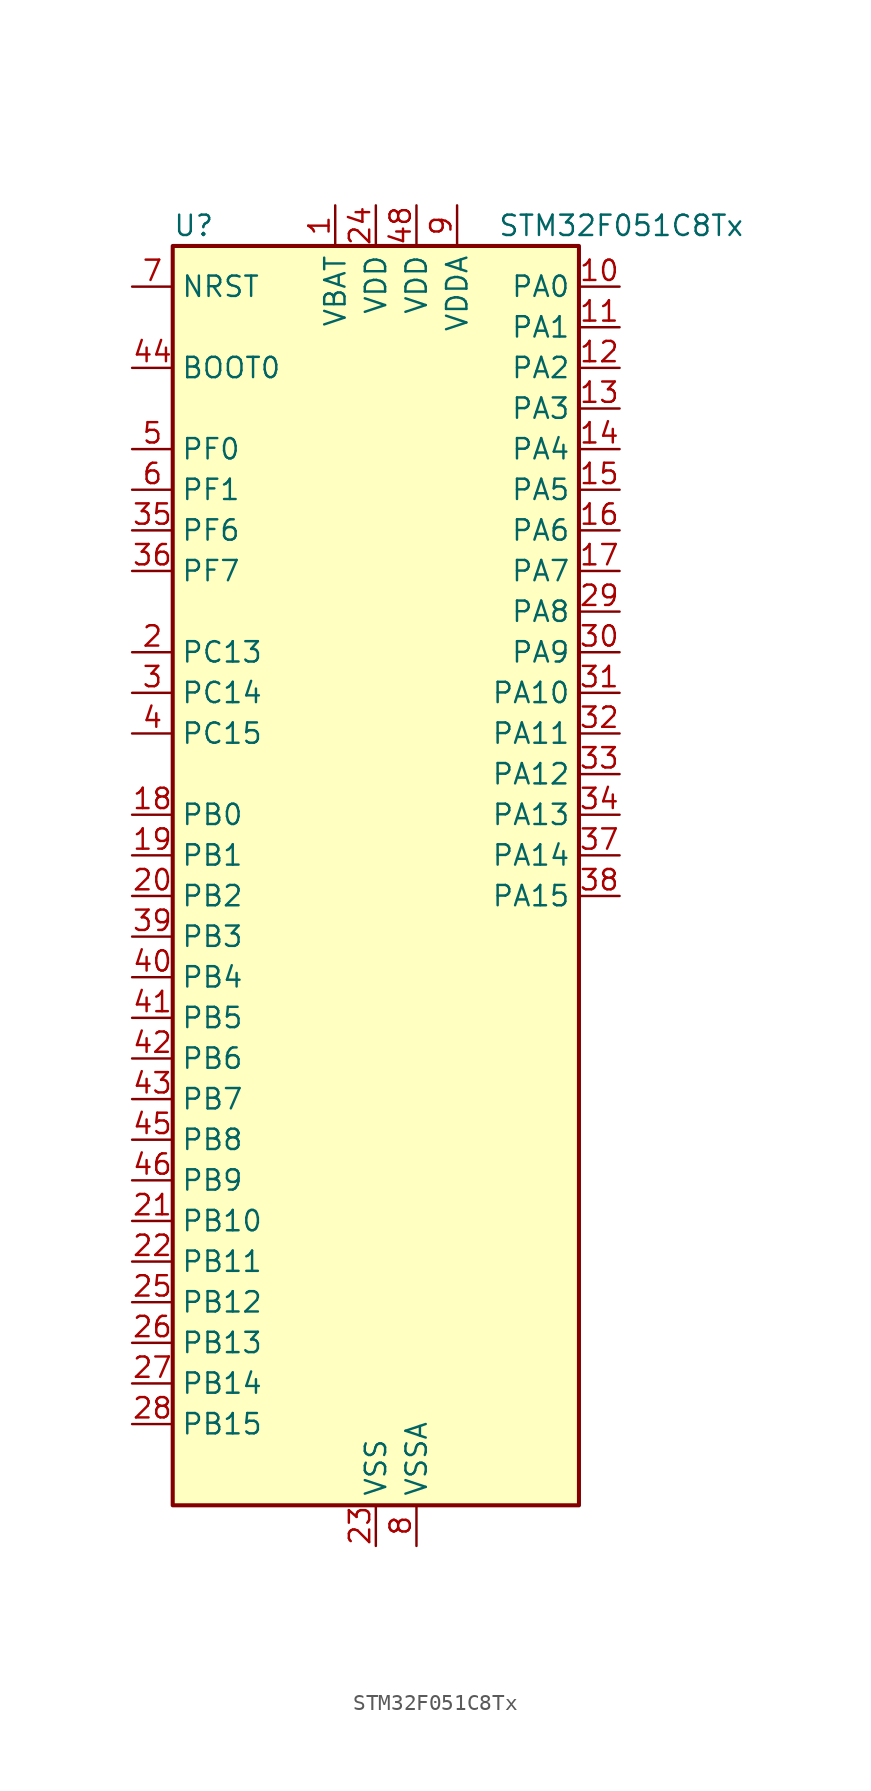
<source format=kicad_sym>
(kicad_symbol_lib
  (version 20220914)
  (generator kicad_symbol_editor)
  (symbol "STM32F051C8Tx"
    (property "Reference" "U"
      (at -12.7 41.91 0)
      (effects (font (size 1.27 1.27)) (justify left)))
    (property "Value" "STM32F051C8Tx"
      (at 7.62 41.91 0)
      (effects (font (size 1.27 1.27)) (justify left)))
    (property "ki_locked" ""
      (at 0 0 0)
      (effects (font (size 1.27 1.27))))
    (symbol "STM32F051C8Tx_0_1"
      (rectangle (start -12.7 -38.1) (end 12.7 40.64) (stroke (width 0.254) (type default)) (fill (type background))))
    (symbol "STM32F051C8Tx_1_1"
      (pin power_in line (at -2.54 43.18 270) (length 2.54) (name "VBAT" (effects (font (size 1.27 1.27)))) (number "1" (effects (font (size 1.27 1.27)))))
      (pin bidirectional line (at 15.24 38.1 180) (length 2.54) (name "PA0" (effects (font (size 1.27 1.27)))) (number "10" (effects (font (size 1.27 1.27)))) (alternate "ADC_IN0" bidirectional line) (alternate "COMP1_INM" bidirectional line) (alternate "COMP1_OUT" bidirectional line) (alternate "RTC_TAMP2" bidirectional line) (alternate "SYS_WKUP1" bidirectional line) (alternate "TIM2_CH1" bidirectional line) (alternate "TIM2_ETR" bidirectional line) (alternate "TSC_G1_IO1" bidirectional line) (alternate "USART2_CTS" bidirectional line))
      (pin bidirectional line (at 15.24 35.56 180) (length 2.54) (name "PA1" (effects (font (size 1.27 1.27)))) (number "11" (effects (font (size 1.27 1.27)))) (alternate "ADC_IN1" bidirectional line) (alternate "COMP1_INP" bidirectional line) (alternate "TIM2_CH2" bidirectional line) (alternate "TSC_G1_IO2" bidirectional line) (alternate "USART2_DE" bidirectional line) (alternate "USART2_RTS" bidirectional line))
      (pin bidirectional line (at 15.24 33.02 180) (length 2.54) (name "PA2" (effects (font (size 1.27 1.27)))) (number "12" (effects (font (size 1.27 1.27)))) (alternate "ADC_IN2" bidirectional line) (alternate "COMP2_INM" bidirectional line) (alternate "COMP2_OUT" bidirectional line) (alternate "TIM15_CH1" bidirectional line) (alternate "TIM2_CH3" bidirectional line) (alternate "TSC_G1_IO3" bidirectional line) (alternate "USART2_TX" bidirectional line))
      (pin bidirectional line (at 15.24 30.48 180) (length 2.54) (name "PA3" (effects (font (size 1.27 1.27)))) (number "13" (effects (font (size 1.27 1.27)))) (alternate "ADC_IN3" bidirectional line) (alternate "COMP2_INP" bidirectional line) (alternate "TIM15_CH2" bidirectional line) (alternate "TIM2_CH4" bidirectional line) (alternate "TSC_G1_IO4" bidirectional line) (alternate "USART2_RX" bidirectional line))
      (pin bidirectional line (at 15.24 27.94 180) (length 2.54) (name "PA4" (effects (font (size 1.27 1.27)))) (number "14" (effects (font (size 1.27 1.27)))) (alternate "ADC_IN4" bidirectional line) (alternate "COMP1_INM" bidirectional line) (alternate "COMP2_INM" bidirectional line) (alternate "DAC1_OUT1" bidirectional line) (alternate "I2S1_WS" bidirectional line) (alternate "SPI1_NSS" bidirectional line) (alternate "TIM14_CH1" bidirectional line) (alternate "TSC_G2_IO1" bidirectional line) (alternate "USART2_CK" bidirectional line))
      (pin bidirectional line (at 15.24 25.4 180) (length 2.54) (name "PA5" (effects (font (size 1.27 1.27)))) (number "15" (effects (font (size 1.27 1.27)))) (alternate "ADC_IN5" bidirectional line) (alternate "CEC" bidirectional line) (alternate "COMP1_INM" bidirectional line) (alternate "COMP2_INM" bidirectional line) (alternate "I2S1_CK" bidirectional line) (alternate "SPI1_SCK" bidirectional line) (alternate "TIM2_CH1" bidirectional line) (alternate "TIM2_ETR" bidirectional line) (alternate "TSC_G2_IO2" bidirectional line))
      (pin bidirectional line (at 15.24 22.86 180) (length 2.54) (name "PA6" (effects (font (size 1.27 1.27)))) (number "16" (effects (font (size 1.27 1.27)))) (alternate "ADC_IN6" bidirectional line) (alternate "COMP1_OUT" bidirectional line) (alternate "I2S1_MCK" bidirectional line) (alternate "SPI1_MISO" bidirectional line) (alternate "TIM16_CH1" bidirectional line) (alternate "TIM1_BKIN" bidirectional line) (alternate "TIM3_CH1" bidirectional line) (alternate "TSC_G2_IO3" bidirectional line))
      (pin bidirectional line (at 15.24 20.32 180) (length 2.54) (name "PA7" (effects (font (size 1.27 1.27)))) (number "17" (effects (font (size 1.27 1.27)))) (alternate "ADC_IN7" bidirectional line) (alternate "COMP2_OUT" bidirectional line) (alternate "I2S1_SD" bidirectional line) (alternate "SPI1_MOSI" bidirectional line) (alternate "TIM14_CH1" bidirectional line) (alternate "TIM17_CH1" bidirectional line) (alternate "TIM1_CH1N" bidirectional line) (alternate "TIM3_CH2" bidirectional line) (alternate "TSC_G2_IO4" bidirectional line))
      (pin bidirectional line (at -15.24 5.08 0) (length 2.54) (name "PB0" (effects (font (size 1.27 1.27)))) (number "18" (effects (font (size 1.27 1.27)))) (alternate "ADC_IN8" bidirectional line) (alternate "TIM1_CH2N" bidirectional line) (alternate "TIM3_CH3" bidirectional line) (alternate "TSC_G3_IO2" bidirectional line))
      (pin bidirectional line (at -15.24 2.54 0) (length 2.54) (name "PB1" (effects (font (size 1.27 1.27)))) (number "19" (effects (font (size 1.27 1.27)))) (alternate "ADC_IN9" bidirectional line) (alternate "TIM14_CH1" bidirectional line) (alternate "TIM1_CH3N" bidirectional line) (alternate "TIM3_CH4" bidirectional line) (alternate "TSC_G3_IO3" bidirectional line))
      (pin bidirectional line (at -15.24 15.24 0) (length 2.54) (name "PC13" (effects (font (size 1.27 1.27)))) (number "2" (effects (font (size 1.27 1.27)))) (alternate "RTC_OUT_ALARM" bidirectional line) (alternate "RTC_OUT_CALIB" bidirectional line) (alternate "RTC_TAMP1" bidirectional line) (alternate "RTC_TS" bidirectional line) (alternate "SYS_WKUP2" bidirectional line))
      (pin bidirectional line (at -15.24 0 0) (length 2.54) (name "PB2" (effects (font (size 1.27 1.27)))) (number "20" (effects (font (size 1.27 1.27)))) (alternate "TSC_G3_IO4" bidirectional line))
      (pin bidirectional line (at -15.24 -20.32 0) (length 2.54) (name "PB10" (effects (font (size 1.27 1.27)))) (number "21" (effects (font (size 1.27 1.27)))) (alternate "CEC" bidirectional line) (alternate "I2C2_SCL" bidirectional line) (alternate "TIM2_CH3" bidirectional line) (alternate "TSC_SYNC" bidirectional line))
      (pin bidirectional line (at -15.24 -22.86 0) (length 2.54) (name "PB11" (effects (font (size 1.27 1.27)))) (number "22" (effects (font (size 1.27 1.27)))) (alternate "I2C2_SDA" bidirectional line) (alternate "TIM2_CH4" bidirectional line) (alternate "TSC_G6_IO1" bidirectional line))
      (pin power_in line (at 0 -40.64 90) (length 2.54) (name "VSS" (effects (font (size 1.27 1.27)))) (number "23" (effects (font (size 1.27 1.27)))))
      (pin power_in line (at 0 43.18 270) (length 2.54) (name "VDD" (effects (font (size 1.27 1.27)))) (number "24" (effects (font (size 1.27 1.27)))))
      (pin bidirectional line (at -15.24 -25.4 0) (length 2.54) (name "PB12" (effects (font (size 1.27 1.27)))) (number "25" (effects (font (size 1.27 1.27)))) (alternate "SPI2_NSS" bidirectional line) (alternate "TIM1_BKIN" bidirectional line) (alternate "TSC_G6_IO2" bidirectional line))
      (pin bidirectional line (at -15.24 -27.94 0) (length 2.54) (name "PB13" (effects (font (size 1.27 1.27)))) (number "26" (effects (font (size 1.27 1.27)))) (alternate "SPI2_SCK" bidirectional line) (alternate "TIM1_CH1N" bidirectional line) (alternate "TSC_G6_IO3" bidirectional line))
      (pin bidirectional line (at -15.24 -30.48 0) (length 2.54) (name "PB14" (effects (font (size 1.27 1.27)))) (number "27" (effects (font (size 1.27 1.27)))) (alternate "SPI2_MISO" bidirectional line) (alternate "TIM15_CH1" bidirectional line) (alternate "TIM1_CH2N" bidirectional line) (alternate "TSC_G6_IO4" bidirectional line))
      (pin bidirectional line (at -15.24 -33.02 0) (length 2.54) (name "PB15" (effects (font (size 1.27 1.27)))) (number "28" (effects (font (size 1.27 1.27)))) (alternate "RTC_REFIN" bidirectional line) (alternate "SPI2_MOSI" bidirectional line) (alternate "TIM15_CH1N" bidirectional line) (alternate "TIM15_CH2" bidirectional line) (alternate "TIM1_CH3N" bidirectional line))
      (pin bidirectional line (at 15.24 17.78 180) (length 2.54) (name "PA8" (effects (font (size 1.27 1.27)))) (number "29" (effects (font (size 1.27 1.27)))) (alternate "RCC_MCO" bidirectional line) (alternate "TIM1_CH1" bidirectional line) (alternate "USART1_CK" bidirectional line))
      (pin bidirectional line (at -15.24 12.7 0) (length 2.54) (name "PC14" (effects (font (size 1.27 1.27)))) (number "3" (effects (font (size 1.27 1.27)))) (alternate "RCC_OSC32_IN" bidirectional line))
      (pin bidirectional line (at 15.24 15.24 180) (length 2.54) (name "PA9" (effects (font (size 1.27 1.27)))) (number "30" (effects (font (size 1.27 1.27)))) (alternate "DAC1_EXTI9" bidirectional line) (alternate "TIM15_BKIN" bidirectional line) (alternate "TIM1_CH2" bidirectional line) (alternate "TSC_G4_IO1" bidirectional line) (alternate "USART1_TX" bidirectional line))
      (pin bidirectional line (at 15.24 12.7 180) (length 2.54) (name "PA10" (effects (font (size 1.27 1.27)))) (number "31" (effects (font (size 1.27 1.27)))) (alternate "TIM17_BKIN" bidirectional line) (alternate "TIM1_CH3" bidirectional line) (alternate "TSC_G4_IO2" bidirectional line) (alternate "USART1_RX" bidirectional line))
      (pin bidirectional line (at 15.24 10.16 180) (length 2.54) (name "PA11" (effects (font (size 1.27 1.27)))) (number "32" (effects (font (size 1.27 1.27)))) (alternate "COMP1_OUT" bidirectional line) (alternate "TIM1_CH4" bidirectional line) (alternate "TSC_G4_IO3" bidirectional line) (alternate "USART1_CTS" bidirectional line))
      (pin bidirectional line (at 15.24 7.62 180) (length 2.54) (name "PA12" (effects (font (size 1.27 1.27)))) (number "33" (effects (font (size 1.27 1.27)))) (alternate "COMP2_OUT" bidirectional line) (alternate "TIM1_ETR" bidirectional line) (alternate "TSC_G4_IO4" bidirectional line) (alternate "USART1_DE" bidirectional line) (alternate "USART1_RTS" bidirectional line))
      (pin bidirectional line (at 15.24 5.08 180) (length 2.54) (name "PA13" (effects (font (size 1.27 1.27)))) (number "34" (effects (font (size 1.27 1.27)))) (alternate "IR_OUT" bidirectional line) (alternate "SYS_SWDIO" bidirectional line))
      (pin bidirectional line (at -15.24 22.86 0) (length 2.54) (name "PF6" (effects (font (size 1.27 1.27)))) (number "35" (effects (font (size 1.27 1.27)))) (alternate "I2C2_SCL" bidirectional line))
      (pin bidirectional line (at -15.24 20.32 0) (length 2.54) (name "PF7" (effects (font (size 1.27 1.27)))) (number "36" (effects (font (size 1.27 1.27)))) (alternate "I2C2_SDA" bidirectional line))
      (pin bidirectional line (at 15.24 2.54 180) (length 2.54) (name "PA14" (effects (font (size 1.27 1.27)))) (number "37" (effects (font (size 1.27 1.27)))) (alternate "SYS_SWCLK" bidirectional line) (alternate "USART2_TX" bidirectional line))
      (pin bidirectional line (at 15.24 0 180) (length 2.54) (name "PA15" (effects (font (size 1.27 1.27)))) (number "38" (effects (font (size 1.27 1.27)))) (alternate "I2S1_WS" bidirectional line) (alternate "SPI1_NSS" bidirectional line) (alternate "TIM2_CH1" bidirectional line) (alternate "TIM2_ETR" bidirectional line) (alternate "USART2_RX" bidirectional line))
      (pin bidirectional line (at -15.24 -2.54 0) (length 2.54) (name "PB3" (effects (font (size 1.27 1.27)))) (number "39" (effects (font (size 1.27 1.27)))) (alternate "I2S1_CK" bidirectional line) (alternate "SPI1_SCK" bidirectional line) (alternate "TIM2_CH2" bidirectional line) (alternate "TSC_G5_IO1" bidirectional line))
      (pin bidirectional line (at -15.24 10.16 0) (length 2.54) (name "PC15" (effects (font (size 1.27 1.27)))) (number "4" (effects (font (size 1.27 1.27)))) (alternate "RCC_OSC32_OUT" bidirectional line))
      (pin bidirectional line (at -15.24 -5.08 0) (length 2.54) (name "PB4" (effects (font (size 1.27 1.27)))) (number "40" (effects (font (size 1.27 1.27)))) (alternate "I2S1_MCK" bidirectional line) (alternate "SPI1_MISO" bidirectional line) (alternate "TIM3_CH1" bidirectional line) (alternate "TSC_G5_IO2" bidirectional line))
      (pin bidirectional line (at -15.24 -7.62 0) (length 2.54) (name "PB5" (effects (font (size 1.27 1.27)))) (number "41" (effects (font (size 1.27 1.27)))) (alternate "I2C1_SMBA" bidirectional line) (alternate "I2S1_SD" bidirectional line) (alternate "SPI1_MOSI" bidirectional line) (alternate "TIM16_BKIN" bidirectional line) (alternate "TIM3_CH2" bidirectional line))
      (pin bidirectional line (at -15.24 -10.16 0) (length 2.54) (name "PB6" (effects (font (size 1.27 1.27)))) (number "42" (effects (font (size 1.27 1.27)))) (alternate "I2C1_SCL" bidirectional line) (alternate "TIM16_CH1N" bidirectional line) (alternate "TSC_G5_IO3" bidirectional line) (alternate "USART1_TX" bidirectional line))
      (pin bidirectional line (at -15.24 -12.7 0) (length 2.54) (name "PB7" (effects (font (size 1.27 1.27)))) (number "43" (effects (font (size 1.27 1.27)))) (alternate "I2C1_SDA" bidirectional line) (alternate "TIM17_CH1N" bidirectional line) (alternate "TSC_G5_IO4" bidirectional line) (alternate "USART1_RX" bidirectional line))
      (pin input line (at -15.24 33.02 0) (length 2.54) (name "BOOT0" (effects (font (size 1.27 1.27)))) (number "44" (effects (font (size 1.27 1.27)))))
      (pin bidirectional line (at -15.24 -15.24 0) (length 2.54) (name "PB8" (effects (font (size 1.27 1.27)))) (number "45" (effects (font (size 1.27 1.27)))) (alternate "CEC" bidirectional line) (alternate "I2C1_SCL" bidirectional line) (alternate "TIM16_CH1" bidirectional line) (alternate "TSC_SYNC" bidirectional line))
      (pin bidirectional line (at -15.24 -17.78 0) (length 2.54) (name "PB9" (effects (font (size 1.27 1.27)))) (number "46" (effects (font (size 1.27 1.27)))) (alternate "DAC1_EXTI9" bidirectional line) (alternate "I2C1_SDA" bidirectional line) (alternate "IR_OUT" bidirectional line) (alternate "TIM17_CH1" bidirectional line))
      (pin passive line (at 0 -40.64 90) (length 2.54) hide (name "VSS" (effects (font (size 1.27 1.27)))) (number "47" (effects (font (size 1.27 1.27)))))
      (pin power_in line (at 2.54 43.18 270) (length 2.54) (name "VDD" (effects (font (size 1.27 1.27)))) (number "48" (effects (font (size 1.27 1.27)))))
      (pin bidirectional line (at -15.24 27.94 0) (length 2.54) (name "PF0" (effects (font (size 1.27 1.27)))) (number "5" (effects (font (size 1.27 1.27)))) (alternate "RCC_OSC_IN" bidirectional line))
      (pin bidirectional line (at -15.24 25.4 0) (length 2.54) (name "PF1" (effects (font (size 1.27 1.27)))) (number "6" (effects (font (size 1.27 1.27)))) (alternate "RCC_OSC_OUT" bidirectional line))
      (pin input line (at -15.24 38.1 0) (length 2.54) (name "NRST" (effects (font (size 1.27 1.27)))) (number "7" (effects (font (size 1.27 1.27)))))
      (pin power_in line (at 2.54 -40.64 90) (length 2.54) (name "VSSA" (effects (font (size 1.27 1.27)))) (number "8" (effects (font (size 1.27 1.27)))))
      (pin power_in line (at 5.08 43.18 270) (length 2.54) (name "VDDA" (effects (font (size 1.27 1.27)))) (number "9" (effects (font (size 1.27 1.27))))))))
</source>
